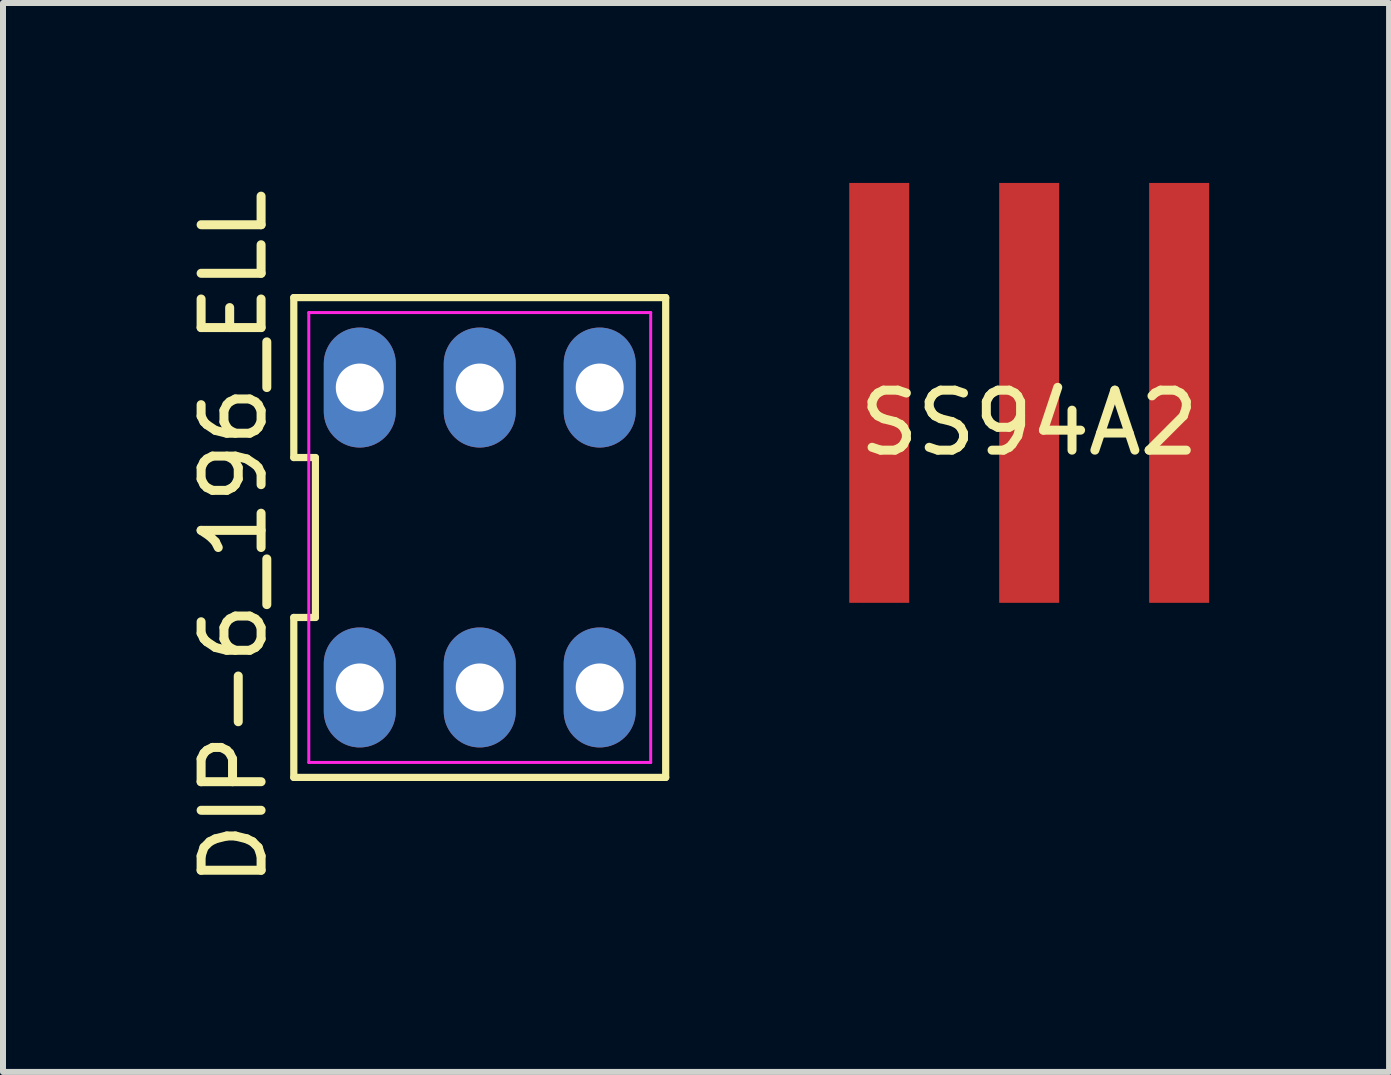
<source format=kicad_pcb>
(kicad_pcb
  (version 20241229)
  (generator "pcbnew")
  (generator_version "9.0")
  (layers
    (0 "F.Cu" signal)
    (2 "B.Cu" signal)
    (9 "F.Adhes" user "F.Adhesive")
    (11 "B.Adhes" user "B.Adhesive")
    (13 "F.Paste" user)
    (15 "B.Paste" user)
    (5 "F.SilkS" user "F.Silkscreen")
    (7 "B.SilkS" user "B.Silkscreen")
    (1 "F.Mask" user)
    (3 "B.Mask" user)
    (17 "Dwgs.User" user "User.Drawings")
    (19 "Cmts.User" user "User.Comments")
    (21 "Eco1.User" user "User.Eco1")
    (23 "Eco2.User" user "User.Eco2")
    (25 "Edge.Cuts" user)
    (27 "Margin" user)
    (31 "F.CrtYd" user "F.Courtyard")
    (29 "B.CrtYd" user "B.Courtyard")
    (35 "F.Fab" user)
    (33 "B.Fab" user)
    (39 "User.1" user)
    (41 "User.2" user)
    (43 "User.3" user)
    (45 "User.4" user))
  (footprint "SS94A2"
    (layer "F.Cu")
    (at 14.108 3.5)
    (property "Reference" "SS94A2" (at 0 0.5 0) (layer "F.SilkS") (effects (font (size 1 1) (thickness 0.15))))
    (attr through_hole)
    (pad "1" smd rect (at -2.5 0) (size 1 7) (layers "F.Cu" "F.Mask" "F.Paste"))
    (pad "2" smd rect (at 0 0) (size 1 7) (layers "F.Cu" "F.Mask" "F.Paste"))
    (pad "3" smd rect (at 2.5 0) (size 1 7) (layers "F.Cu" "F.Mask" "F.Paste")))
  (footprint "DIP-6_196_ELL"
    (layer "F.Cu")
    (at 4.948 5.911)
    (property "Reference" "DIP-6_196_ELL" (at -4.1 0 90) (layer "F.SilkS") (effects (font (size 1 1) (thickness 0.15))))
    (attr through_hole)
    (fp_line (start -3.1 -1.333) (end -2.74 -1.333) (stroke (width 0.12) (type solid)) (layer "F.SilkS"))
    (fp_line (start -3.1 1.333) (end -3.1 4) (stroke (width 0.12) (type solid)) (layer "F.SilkS"))
    (fp_line (start -3.1 4) (end 3.1 4) (stroke (width 0.12) (type solid)) (layer "F.SilkS"))
    (fp_line (start -3.1 -4) (end -3.1 -1.333) (stroke (width 0.12) (type solid)) (layer "F.SilkS"))
    (fp_line (start -2.74 -1.333) (end -2.74 1.333) (stroke (width 0.12) (type solid)) (layer "F.SilkS"))
    (fp_line (start -2.74 1.333) (end -3.1 1.333) (stroke (width 0.12) (type solid)) (layer "F.SilkS"))
    (fp_line (start 3.1 4) (end 3.1 -4) (stroke (width 0.12) (type solid)) (layer "F.SilkS"))
    (fp_line (start 3.1 -4) (end -3.1 -4) (stroke (width 0.12) (type solid)) (layer "F.SilkS"))
    (fp_line (start -2.85 -3.75) (end 2.85 -3.75) (stroke (width 0.05) (type solid)) (layer "F.CrtYd"))
    (fp_line (start -2.85 3.75) (end -2.85 -3.75) (stroke (width 0.05) (type solid)) (layer "F.CrtYd"))
    (fp_line (start 2.85 -3.75) (end 2.85 3.75) (stroke (width 0.05) (type solid)) (layer "F.CrtYd"))
    (fp_line (start 2.85 3.75) (end -2.85 3.75) (stroke (width 0.05) (type solid)) (layer "F.CrtYd"))
    (pad "1" thru_hole oval (at -2 -2.5) (size 1.2 2) (drill 0.8) (layers "*.Cu" "*.Mask"))
    (pad "1" thru_hole oval (at -2 2.5) (size 1.2 2) (drill 0.8) (layers "*.Cu" "*.Mask"))
    (pad "2" thru_hole oval (at 0 -2.5) (size 1.2 2) (drill 0.8) (layers "*.Cu" "*.Mask"))
    (pad "2" thru_hole oval (at 0 2.5) (size 1.2 2) (drill 0.8) (layers "*.Cu" "*.Mask"))
    (pad "3" thru_hole oval (at 2 -2.5) (size 1.2 2) (drill 0.8) (layers "*.Cu" "*.Mask"))
    (pad "3" thru_hole oval (at 2 2.5) (size 1.2 2) (drill 0.8) (layers "*.Cu" "*.Mask")))
  (gr_rect
    (start -3 -3)
    (end 20.108 14.821)
    (stroke (width 0.1) (type default))
    (fill no)
    (layer "Edge.Cuts")))
</source>
